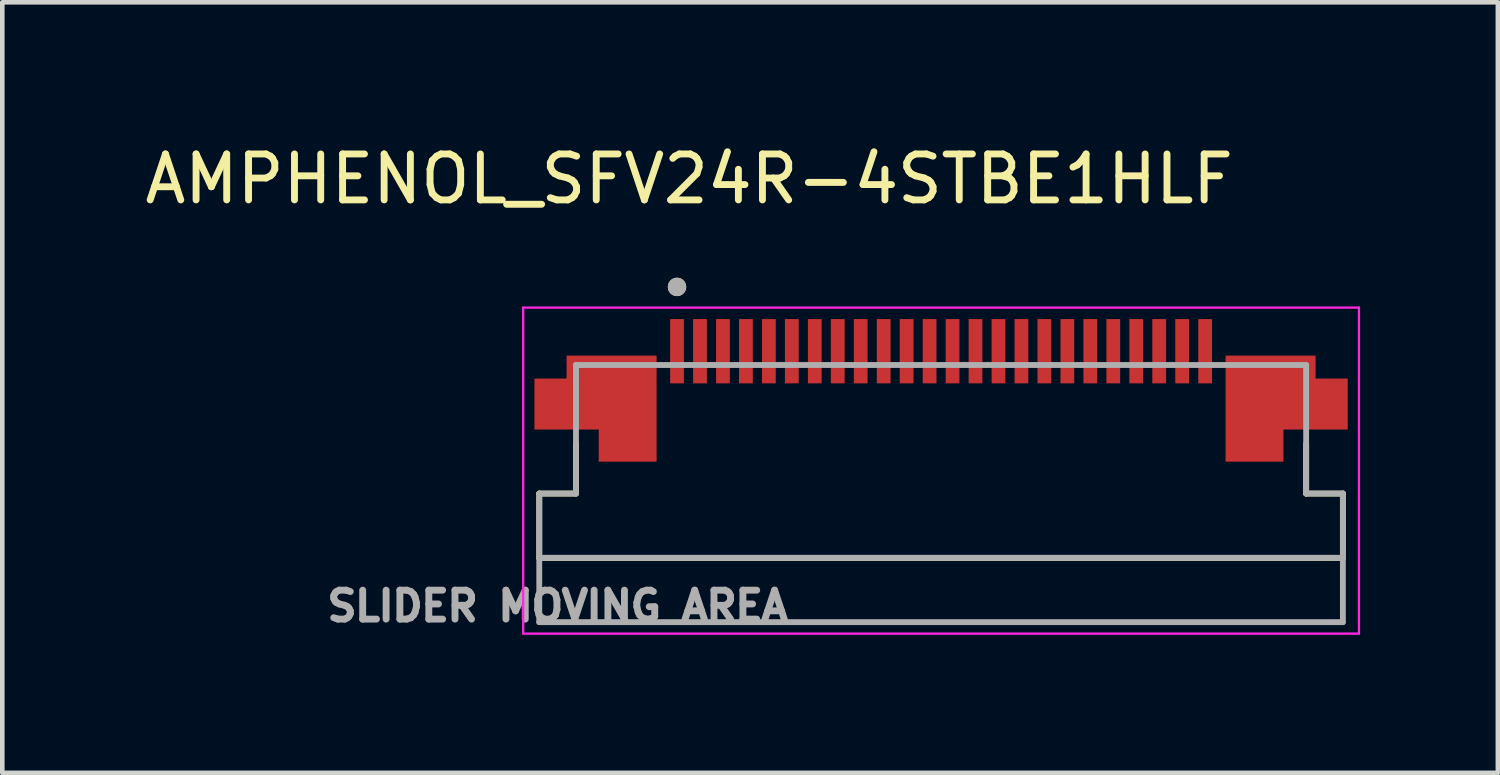
<source format=kicad_pcb>
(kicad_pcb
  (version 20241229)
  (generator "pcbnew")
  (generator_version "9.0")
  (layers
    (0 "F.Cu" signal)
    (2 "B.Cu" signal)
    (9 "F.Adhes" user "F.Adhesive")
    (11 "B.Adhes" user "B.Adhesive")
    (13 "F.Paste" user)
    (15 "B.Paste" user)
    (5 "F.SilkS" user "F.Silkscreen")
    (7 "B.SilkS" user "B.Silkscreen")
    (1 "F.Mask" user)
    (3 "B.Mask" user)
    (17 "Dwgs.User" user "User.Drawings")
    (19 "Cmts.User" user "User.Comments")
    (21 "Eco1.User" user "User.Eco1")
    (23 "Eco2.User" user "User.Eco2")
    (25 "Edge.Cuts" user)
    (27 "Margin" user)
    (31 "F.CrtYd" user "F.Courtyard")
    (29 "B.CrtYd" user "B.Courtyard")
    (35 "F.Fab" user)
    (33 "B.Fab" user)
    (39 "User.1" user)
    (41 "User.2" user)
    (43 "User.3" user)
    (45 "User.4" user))
  (footprint "AMPHENOL_SFV24R-4STBE1HLF"
    (layer "F.Cu")
    (at 17.443 6.998)
    (property "Reference" "AMPHENOL_SFV24R-4STBE1HLF" (at -5.485 -6.15 0) (layer "F.SilkS") (effects (font (size 1 1) (thickness 0.15))))
    (attr smd)
    (fp_poly (pts (xy -8.25 -2.4) (xy -6.1 -2.4) (xy -6.1 0.1) (xy -7.55 0.1) (xy -7.55 -0.6) (xy -8.95 -0.6) (xy -8.95 -1.9) (xy -8.25 -1.9)) (stroke (width 0.01) (type solid)) (fill yes) (layer "F.Mask"))
    (fp_poly (pts (xy 8.25 -2.4) (xy 6.1 -2.4) (xy 6.1 0.1) (xy 7.55 0.1) (xy 7.55 -0.6) (xy 8.95 -0.6) (xy 8.95 -1.9) (xy 8.25 -1.9)) (stroke (width 0.01) (type solid)) (fill yes) (layer "F.Mask"))
    (fp_line (start -8.75 0.7) (end -8.75 2.1) (stroke (width 0.127) (type solid)) (layer "F.SilkS"))
    (fp_line (start -8.75 2.1) (end 8.75 2.1) (stroke (width 0.127) (type solid)) (layer "F.SilkS"))
    (fp_line (start -7.95 -0.38) (end -7.95 0.7) (stroke (width 0.127) (type solid)) (layer "F.SilkS"))
    (fp_line (start -7.95 0.7) (end -8.75 0.7) (stroke (width 0.127) (type solid)) (layer "F.SilkS"))
    (fp_line (start 7.95 0.7) (end 7.95 -0.38) (stroke (width 0.127) (type solid)) (layer "F.SilkS"))
    (fp_line (start 8.75 0.7) (end 7.95 0.7) (stroke (width 0.127) (type solid)) (layer "F.SilkS"))
    (fp_line (start 8.75 2.1) (end 8.75 0.7) (stroke (width 0.127) (type solid)) (layer "F.SilkS"))
    (fp_circle (center -5.75 -3.8) (end -5.65 -3.8) (stroke (width 0.2) (type solid)) (fill no) (layer "F.SilkS"))
    (fp_poly (pts (xy -8.15 -2.3) (xy -6.2 -2.3) (xy -6.2 0) (xy -7.45 0) (xy -7.45 -0.7) (xy -8.85 -0.7) (xy -8.85 -1.8) (xy -8.15 -1.8)) (stroke (width 0.01) (type solid)) (fill yes) (layer "F.Paste"))
    (fp_poly (pts (xy 8.15 -2.3) (xy 6.2 -2.3) (xy 6.2 0) (xy 7.45 0) (xy 7.45 -0.7) (xy 8.85 -0.7) (xy 8.85 -1.8) (xy 8.15 -1.8)) (stroke (width 0.01) (type solid)) (fill yes) (layer "F.Paste"))
    (fp_line (start -9.1 -3.35) (end 9.1 -3.35) (stroke (width 0.05) (type solid)) (layer "F.CrtYd"))
    (fp_line (start -9.1 3.75) (end -9.1 -3.35) (stroke (width 0.05) (type solid)) (layer "F.CrtYd"))
    (fp_line (start 9.1 -3.35) (end 9.1 3.75) (stroke (width 0.05) (type solid)) (layer "F.CrtYd"))
    (fp_line (start 9.1 3.75) (end -9.1 3.75) (stroke (width 0.05) (type solid)) (layer "F.CrtYd"))
    (fp_line (start -8.75 0.7) (end -7.95 0.7) (stroke (width 0.127) (type solid)) (layer "F.Fab"))
    (fp_line (start -8.75 2.1) (end -8.75 0.7) (stroke (width 0.127) (type solid)) (layer "F.Fab"))
    (fp_line (start -8.75 2.1) (end -8.75 3.5) (stroke (width 0.127) (type solid)) (layer "F.Fab"))
    (fp_line (start -8.75 3.5) (end 8.75 3.5) (stroke (width 0.127) (type solid)) (layer "F.Fab"))
    (fp_line (start -7.95 -2.1) (end 7.95 -2.1) (stroke (width 0.127) (type solid)) (layer "F.Fab"))
    (fp_line (start -7.95 0.7) (end -7.95 -2.1) (stroke (width 0.127) (type solid)) (layer "F.Fab"))
    (fp_line (start 7.95 -2.1) (end 7.95 0.7) (stroke (width 0.127) (type solid)) (layer "F.Fab"))
    (fp_line (start 7.95 0.7) (end 8.75 0.7) (stroke (width 0.127) (type solid)) (layer "F.Fab"))
    (fp_line (start 8.75 0.7) (end 8.75 2.1) (stroke (width 0.127) (type solid)) (layer "F.Fab"))
    (fp_line (start 8.75 2.1) (end -8.75 2.1) (stroke (width 0.127) (type solid)) (layer "F.Fab"))
    (fp_line (start 8.75 3.5) (end 8.75 2.1) (stroke (width 0.127) (type solid)) (layer "F.Fab"))
    (fp_circle (center -5.75 -3.8) (end -5.65 -3.8) (stroke (width 0.2) (type solid)) (fill no) (layer "F.Fab"))
    (fp_text user "SLIDER MOVING AREA" (at -8.35 3.15 0) (layer "F.Fab") (effects (font (size 0.63 0.63) (thickness 0.15))))
    (pad "1" smd rect (at -5.75 -2.4) (size 0.3 1.4) (layers "F.Cu" "F.Mask" "F.Paste"))
    (pad "2" smd rect (at -5.25 -2.4) (size 0.3 1.4) (layers "F.Cu" "F.Mask" "F.Paste"))
    (pad "3" smd rect (at -4.75 -2.4) (size 0.3 1.4) (layers "F.Cu" "F.Mask" "F.Paste"))
    (pad "4" smd rect (at -4.25 -2.4) (size 0.3 1.4) (layers "F.Cu" "F.Mask" "F.Paste"))
    (pad "5" smd rect (at -3.75 -2.4) (size 0.3 1.4) (layers "F.Cu" "F.Mask" "F.Paste"))
    (pad "6" smd rect (at -3.25 -2.4) (size 0.3 1.4) (layers "F.Cu" "F.Mask" "F.Paste"))
    (pad "7" smd rect (at -2.75 -2.4) (size 0.3 1.4) (layers "F.Cu" "F.Mask" "F.Paste"))
    (pad "8" smd rect (at -2.25 -2.4) (size 0.3 1.4) (layers "F.Cu" "F.Mask" "F.Paste"))
    (pad "9" smd rect (at -1.75 -2.4) (size 0.3 1.4) (layers "F.Cu" "F.Mask" "F.Paste"))
    (pad "10" smd rect (at -1.25 -2.4) (size 0.3 1.4) (layers "F.Cu" "F.Mask" "F.Paste"))
    (pad "11" smd rect (at -0.75 -2.4) (size 0.3 1.4) (layers "F.Cu" "F.Mask" "F.Paste"))
    (pad "12" smd rect (at -0.25 -2.4) (size 0.3 1.4) (layers "F.Cu" "F.Mask" "F.Paste"))
    (pad "13" smd rect (at 0.25 -2.4) (size 0.3 1.4) (layers "F.Cu" "F.Mask" "F.Paste"))
    (pad "14" smd rect (at 0.75 -2.4) (size 0.3 1.4) (layers "F.Cu" "F.Mask" "F.Paste"))
    (pad "15" smd rect (at 1.25 -2.4) (size 0.3 1.4) (layers "F.Cu" "F.Mask" "F.Paste"))
    (pad "16" smd rect (at 1.75 -2.4) (size 0.3 1.4) (layers "F.Cu" "F.Mask" "F.Paste"))
    (pad "17" smd rect (at 2.25 -2.4) (size 0.3 1.4) (layers "F.Cu" "F.Mask" "F.Paste"))
    (pad "18" smd rect (at 2.75 -2.4) (size 0.3 1.4) (layers "F.Cu" "F.Mask" "F.Paste"))
    (pad "19" smd rect (at 3.25 -2.4) (size 0.3 1.4) (layers "F.Cu" "F.Mask" "F.Paste"))
    (pad "20" smd rect (at 3.75 -2.4) (size 0.3 1.4) (layers "F.Cu" "F.Mask" "F.Paste"))
    (pad "21" smd rect (at 4.25 -2.4) (size 0.3 1.4) (layers "F.Cu" "F.Mask" "F.Paste"))
    (pad "22" smd rect (at 4.75 -2.4) (size 0.3 1.4) (layers "F.Cu" "F.Mask" "F.Paste"))
    (pad "23" smd rect (at 5.25 -2.4) (size 0.3 1.4) (layers "F.Cu" "F.Mask" "F.Paste"))
    (pad "24" smd rect (at 5.75 -2.4) (size 0.3 1.4) (layers "F.Cu" "F.Mask" "F.Paste"))
    (pad "S1" smd custom (at -7.12 -1.53) (size 1 1) (layers "F.Cu") (options (anchor rect)) (primitives (gr_poly (pts (xy -1.03 -0.77) (xy 0.92 -0.77) (xy 0.92 1.53) (xy -0.33 1.53) (xy -0.33 0.83) (xy -1.73 0.83) (xy -1.73 -0.27) (xy -1.03 -0.27)) (width 0.01) (fill yes))))
    (pad "S2" smd custom (at 7.12 -1.53) (size 1 1) (layers "F.Cu") (options (anchor rect)) (primitives (gr_poly (pts (xy 1.03 -0.77) (xy -0.92 -0.77) (xy -0.92 1.53) (xy 0.33 1.53) (xy 0.33 0.83) (xy 1.73 0.83) (xy 1.73 -0.27) (xy 1.03 -0.27)) (width 0.01) (fill yes)))))
  (gr_rect
    (start -3 -3)
    (end 29.568 13.78)
    (stroke (width 0.1) (type default))
    (fill no)
    (layer "Edge.Cuts")))
</source>
